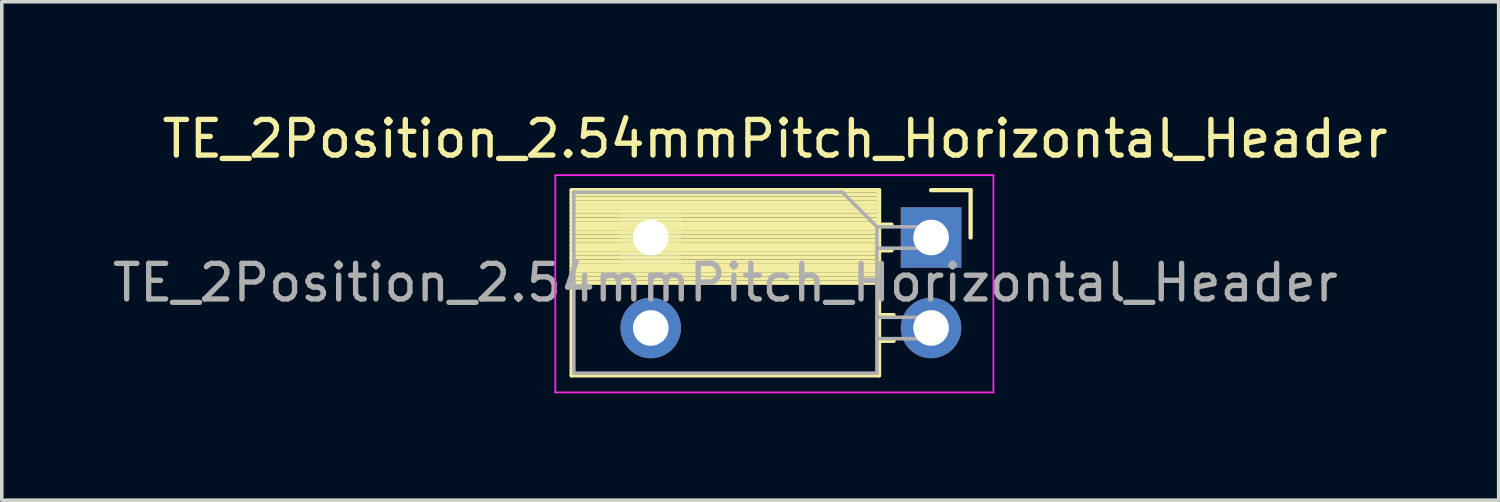
<source format=kicad_pcb>
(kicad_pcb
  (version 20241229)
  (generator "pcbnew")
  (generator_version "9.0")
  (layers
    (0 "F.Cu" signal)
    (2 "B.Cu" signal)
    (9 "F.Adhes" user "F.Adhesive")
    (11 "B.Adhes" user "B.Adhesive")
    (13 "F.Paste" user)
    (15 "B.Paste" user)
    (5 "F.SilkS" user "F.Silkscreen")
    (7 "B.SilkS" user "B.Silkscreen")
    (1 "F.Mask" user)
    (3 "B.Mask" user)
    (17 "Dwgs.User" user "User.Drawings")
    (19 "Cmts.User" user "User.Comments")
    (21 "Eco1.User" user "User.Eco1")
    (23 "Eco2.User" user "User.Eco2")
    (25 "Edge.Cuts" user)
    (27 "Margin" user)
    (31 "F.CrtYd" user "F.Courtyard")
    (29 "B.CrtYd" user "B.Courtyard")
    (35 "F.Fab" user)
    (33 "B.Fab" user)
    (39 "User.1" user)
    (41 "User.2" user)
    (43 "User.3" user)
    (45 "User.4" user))
  (footprint "TE_2Position_2.54mmPitch_Horizontal_Header"
    (layer "F.Cu")
    (at 23.09 3.618)
    (property "Reference" "TE_2Position_2.54mmPitch_Horizontal_Header" (at -4.38 -2.77 0) (layer "F.SilkS") (effects (font (size 1 1) (thickness 0.15))))
    (attr through_hole)
    (fp_line (start -10.09 -1.33) (end -10.09 3.87) (stroke (width 0.12) (type solid)) (layer "F.SilkS"))
    (fp_line (start -10.09 -1.33) (end -1.46 -1.33) (stroke (width 0.12) (type solid)) (layer "F.SilkS"))
    (fp_line (start -10.09 -1.21) (end -1.46 -1.21) (stroke (width 0.12) (type solid)) (layer "F.SilkS"))
    (fp_line (start -10.09 -1.092) (end -1.46 -1.092) (stroke (width 0.12) (type solid)) (layer "F.SilkS"))
    (fp_line (start -10.09 -0.974) (end -1.46 -0.974) (stroke (width 0.12) (type solid)) (layer "F.SilkS"))
    (fp_line (start -10.09 -0.856) (end -1.46 -0.856) (stroke (width 0.12) (type solid)) (layer "F.SilkS"))
    (fp_line (start -10.09 -0.738) (end -1.46 -0.738) (stroke (width 0.12) (type solid)) (layer "F.SilkS"))
    (fp_line (start -10.09 -0.62) (end -1.46 -0.62) (stroke (width 0.12) (type solid)) (layer "F.SilkS"))
    (fp_line (start -10.09 -0.501) (end -1.46 -0.501) (stroke (width 0.12) (type solid)) (layer "F.SilkS"))
    (fp_line (start -10.09 -0.383) (end -1.46 -0.383) (stroke (width 0.12) (type solid)) (layer "F.SilkS"))
    (fp_line (start -10.09 -0.265) (end -1.46 -0.265) (stroke (width 0.12) (type solid)) (layer "F.SilkS"))
    (fp_line (start -10.09 -0.147) (end -1.46 -0.147) (stroke (width 0.12) (type solid)) (layer "F.SilkS"))
    (fp_line (start -10.09 -0.029) (end -1.46 -0.029) (stroke (width 0.12) (type solid)) (layer "F.SilkS"))
    (fp_line (start -10.09 0.089) (end -1.46 0.089) (stroke (width 0.12) (type solid)) (layer "F.SilkS"))
    (fp_line (start -10.09 0.207) (end -1.46 0.207) (stroke (width 0.12) (type solid)) (layer "F.SilkS"))
    (fp_line (start -10.09 0.325) (end -1.46 0.325) (stroke (width 0.12) (type solid)) (layer "F.SilkS"))
    (fp_line (start -10.09 0.443) (end -1.46 0.443) (stroke (width 0.12) (type solid)) (layer "F.SilkS"))
    (fp_line (start -10.09 0.561) (end -1.46 0.561) (stroke (width 0.12) (type solid)) (layer "F.SilkS"))
    (fp_line (start -10.09 0.68) (end -1.46 0.68) (stroke (width 0.12) (type solid)) (layer "F.SilkS"))
    (fp_line (start -10.09 0.798) (end -1.46 0.798) (stroke (width 0.12) (type solid)) (layer "F.SilkS"))
    (fp_line (start -10.09 0.916) (end -1.46 0.916) (stroke (width 0.12) (type solid)) (layer "F.SilkS"))
    (fp_line (start -10.09 1.034) (end -1.46 1.034) (stroke (width 0.12) (type solid)) (layer "F.SilkS"))
    (fp_line (start -10.09 1.152) (end -1.46 1.152) (stroke (width 0.12) (type solid)) (layer "F.SilkS"))
    (fp_line (start -10.09 1.27) (end -1.46 1.27) (stroke (width 0.12) (type solid)) (layer "F.SilkS"))
    (fp_line (start -10.09 3.87) (end -1.46 3.87) (stroke (width 0.12) (type solid)) (layer "F.SilkS"))
    (fp_line (start -1.46 -1.33) (end -1.46 3.87) (stroke (width 0.12) (type solid)) (layer "F.SilkS"))
    (fp_line (start -1.46 -0.36) (end -1.11 -0.36) (stroke (width 0.12) (type solid)) (layer "F.SilkS"))
    (fp_line (start -1.46 0.36) (end -1.11 0.36) (stroke (width 0.12) (type solid)) (layer "F.SilkS"))
    (fp_line (start -1.46 2.18) (end -1.05 2.18) (stroke (width 0.12) (type solid)) (layer "F.SilkS"))
    (fp_line (start -1.46 2.9) (end -1.05 2.9) (stroke (width 0.12) (type solid)) (layer "F.SilkS"))
    (fp_line (start 0 -1.33) (end 1.11 -1.33) (stroke (width 0.12) (type solid)) (layer "F.SilkS"))
    (fp_line (start 1.11 -1.33) (end 1.11 0) (stroke (width 0.12) (type solid)) (layer "F.SilkS"))
    (fp_line (start -10.55 -1.75) (end -10.55 4.35) (stroke (width 0.05) (type solid)) (layer "F.CrtYd"))
    (fp_line (start -10.55 4.35) (end 1.75 4.35) (stroke (width 0.05) (type solid)) (layer "F.CrtYd"))
    (fp_line (start 1.75 -1.75) (end -10.55 -1.75) (stroke (width 0.05) (type solid)) (layer "F.CrtYd"))
    (fp_line (start 1.75 4.35) (end 1.75 -1.75) (stroke (width 0.05) (type solid)) (layer "F.CrtYd"))
    (fp_line (start -10.03 -1.27) (end -2.49 -1.27) (stroke (width 0.1) (type solid)) (layer "F.Fab"))
    (fp_line (start -10.03 3.81) (end -10.03 -1.27) (stroke (width 0.1) (type solid)) (layer "F.Fab"))
    (fp_line (start -2.49 -1.27) (end -1.52 -0.3) (stroke (width 0.1) (type solid)) (layer "F.Fab"))
    (fp_line (start -1.52 -0.3) (end -1.52 3.81) (stroke (width 0.1) (type solid)) (layer "F.Fab"))
    (fp_line (start -1.52 0.3) (end 0 0.3) (stroke (width 0.1) (type solid)) (layer "F.Fab"))
    (fp_line (start -1.52 2.84) (end 0 2.84) (stroke (width 0.1) (type solid)) (layer "F.Fab"))
    (fp_line (start -1.52 3.81) (end -10.03 3.81) (stroke (width 0.1) (type solid)) (layer "F.Fab"))
    (fp_line (start 0 -0.3) (end -1.52 -0.3) (stroke (width 0.1) (type solid)) (layer "F.Fab"))
    (fp_line (start 0 0.3) (end 0 -0.3) (stroke (width 0.1) (type solid)) (layer "F.Fab"))
    (fp_line (start 0 2.24) (end -1.52 2.24) (stroke (width 0.1) (type solid)) (layer "F.Fab"))
    (fp_line (start 0 2.84) (end 0 2.24) (stroke (width 0.1) (type solid)) (layer "F.Fab"))
    (fp_text user "${REFERENCE}" (at -5.775 1.27 0) (layer "F.Fab") (effects (font (size 1 1) (thickness 0.15))))
    (pad "1" thru_hole rect (at -7.87 0) (size 1.7 1.7) (drill 1) (layers "*.Cu" "*.Mask"))
    (pad "1" thru_hole rect (at 0 0) (size 1.7 1.7) (drill 1) (layers "*.Cu" "*.Mask"))
    (pad "2" thru_hole oval (at -7.87 2.54) (size 1.7 1.7) (drill 1) (layers "*.Cu" "*.Mask"))
    (pad "2" thru_hole oval (at 0 2.54) (size 1.7 1.7) (drill 1) (layers "*.Cu" "*.Mask")))
  (gr_rect
    (start -3 -3)
    (end 39.026 10.993)
    (stroke (width 0.1) (type default))
    (fill no)
    (layer "Edge.Cuts")))
</source>
